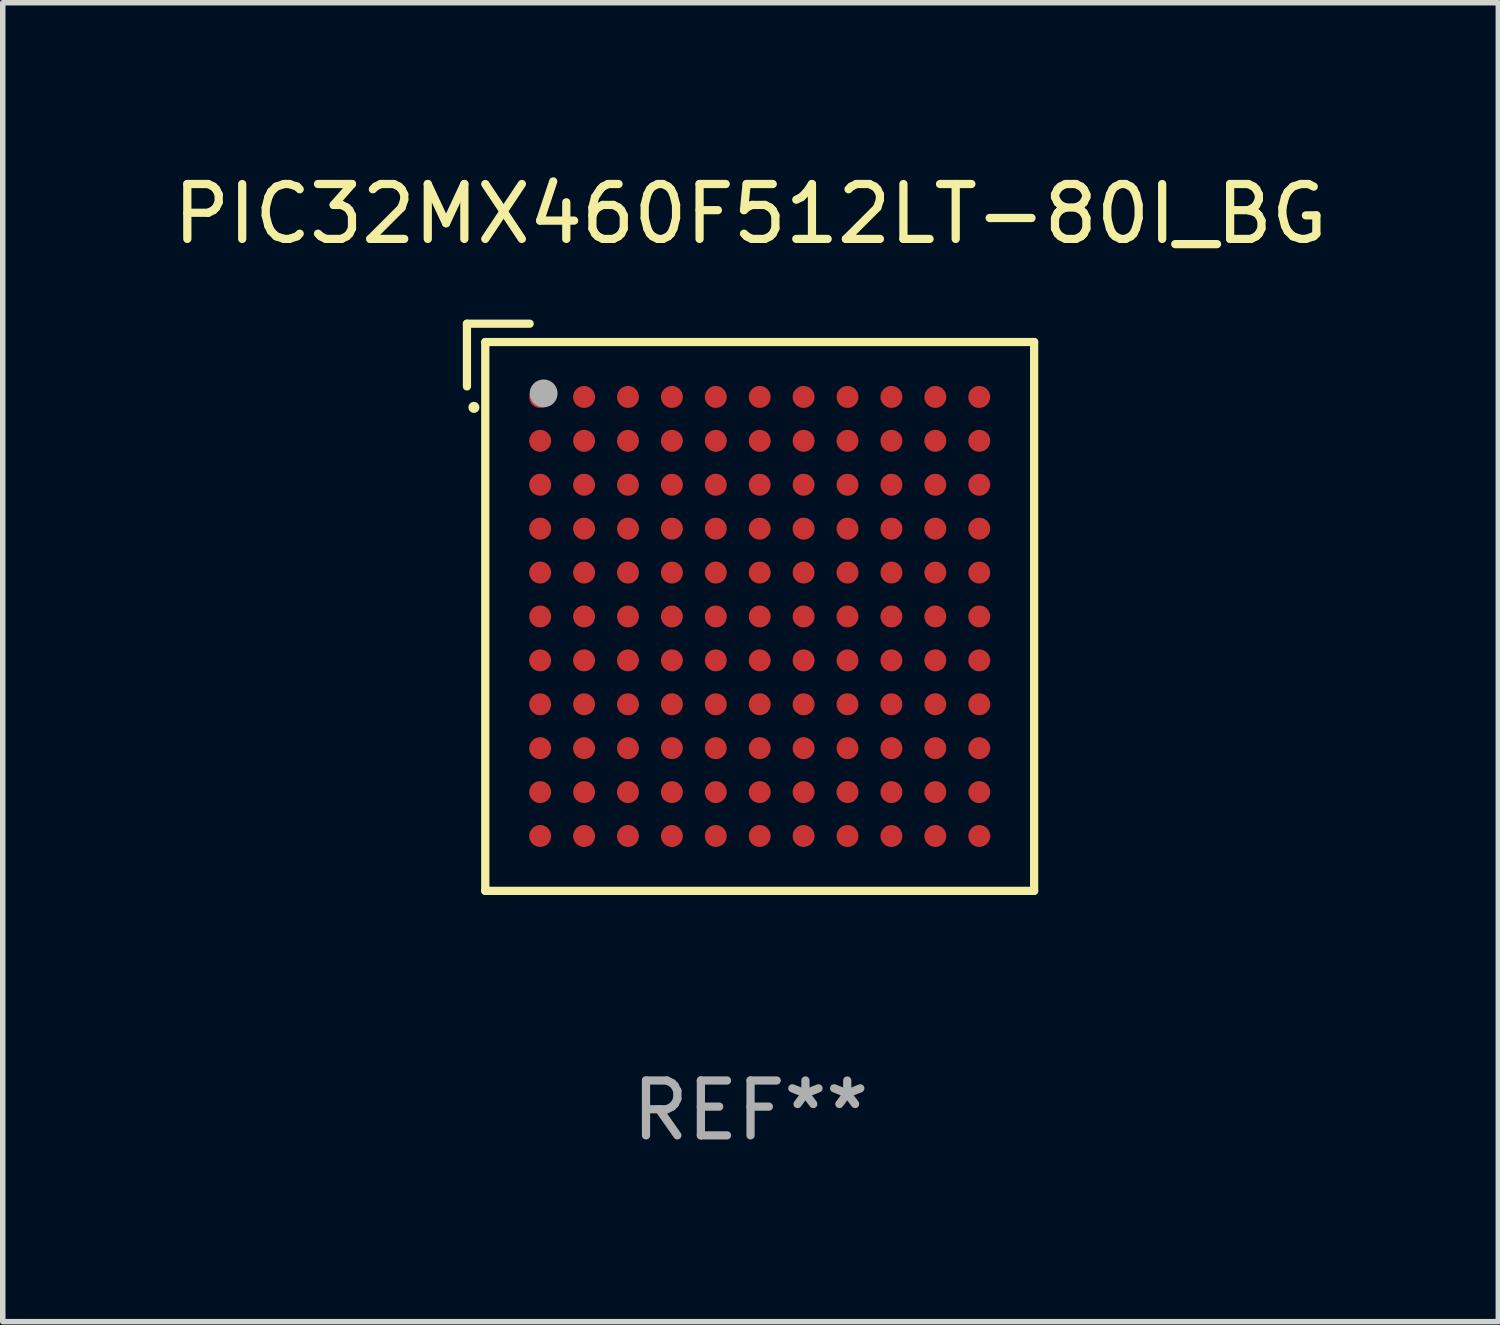
<source format=kicad_pcb>
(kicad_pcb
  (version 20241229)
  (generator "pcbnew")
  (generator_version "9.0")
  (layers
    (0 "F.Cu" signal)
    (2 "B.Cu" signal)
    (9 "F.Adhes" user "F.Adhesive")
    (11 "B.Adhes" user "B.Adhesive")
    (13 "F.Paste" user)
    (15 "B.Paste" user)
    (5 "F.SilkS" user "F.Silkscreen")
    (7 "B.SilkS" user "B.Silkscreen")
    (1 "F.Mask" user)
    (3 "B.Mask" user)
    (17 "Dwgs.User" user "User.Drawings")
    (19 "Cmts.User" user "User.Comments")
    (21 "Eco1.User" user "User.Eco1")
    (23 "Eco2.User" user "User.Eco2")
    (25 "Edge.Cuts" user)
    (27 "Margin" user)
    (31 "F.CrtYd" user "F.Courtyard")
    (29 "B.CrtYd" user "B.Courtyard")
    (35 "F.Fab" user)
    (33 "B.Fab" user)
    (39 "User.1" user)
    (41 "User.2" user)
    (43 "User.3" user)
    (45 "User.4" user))
  (footprint "PIC32MX460F512LT-80I_BG"
    (layer "F.Cu")
    (at 10.625 8.015)
    (property "Reference" "PIC32MX460F512LT-80I_BG" (at 0 -7.167 0) (layer "F.SilkS") (effects (font (size 1 1) (thickness 0.15))))
    (attr through_hole)
    (fp_line (start -5.167 -5.167) (end -5.167 -4.024) (stroke (width 0.15) (type solid)) (layer "F.SilkS"))
    (fp_line (start -4.833 -4.833) (end 5.167 -4.833) (stroke (width 0.15) (type solid)) (layer "F.SilkS"))
    (fp_line (start -4.833 5.167) (end -4.833 -4.833) (stroke (width 0.15) (type solid)) (layer "F.SilkS"))
    (fp_line (start -4.024 -5.167) (end -5.167 -5.167) (stroke (width 0.15) (type solid)) (layer "F.SilkS"))
    (fp_line (start 5.167 -4.833) (end 5.167 5.167) (stroke (width 0.15) (type solid)) (layer "F.SilkS"))
    (fp_line (start 5.167 5.167) (end -4.833 5.167) (stroke (width 0.15) (type solid)) (layer "F.SilkS"))
    (fp_arc (start -5.040005 -3.641732) (mid -5.040007 -3.642367) (end -5.040005 -3.643002) (stroke (width 0.2) (type solid)) (layer "F.SilkS"))
    (fp_circle (center -4.833 -4.833) (end -4.803 -4.833) (stroke (width 0.06) (type solid)) (fill no) (layer "F.SilkS"))
    (fp_circle (center -3.77 -3.897) (end -3.643 -3.897) (stroke (width 0.254) (type solid)) (fill no) (layer "F.Fab"))
    (fp_text user "REF**" (at 0 9.167 0) (layer "F.Fab") (effects (font (size 1 1) (thickness 0.15))))
    (pad "A1" smd circle (at -3.833 -3.833) (size 0.4 0.4) (layers "F.Cu" "F.Mask" "F.Paste"))
    (pad "A2" smd circle (at -3.033 -3.833) (size 0.4 0.4) (layers "F.Cu" "F.Mask" "F.Paste"))
    (pad "A3" smd circle (at -2.233 -3.833) (size 0.4 0.4) (layers "F.Cu" "F.Mask" "F.Paste"))
    (pad "A4" smd circle (at -1.433 -3.833) (size 0.4 0.4) (layers "F.Cu" "F.Mask" "F.Paste"))
    (pad "A5" smd circle (at -0.633 -3.833) (size 0.4 0.4) (layers "F.Cu" "F.Mask" "F.Paste"))
    (pad "A6" smd circle (at 0.167 -3.833) (size 0.4 0.4) (layers "F.Cu" "F.Mask" "F.Paste"))
    (pad "A7" smd circle (at 0.967 -3.833) (size 0.4 0.4) (layers "F.Cu" "F.Mask" "F.Paste"))
    (pad "A8" smd circle (at 1.767 -3.833) (size 0.4 0.4) (layers "F.Cu" "F.Mask" "F.Paste"))
    (pad "A9" smd circle (at 2.567 -3.833) (size 0.4 0.4) (layers "F.Cu" "F.Mask" "F.Paste"))
    (pad "A10" smd circle (at 3.367 -3.833) (size 0.4 0.4) (layers "F.Cu" "F.Mask" "F.Paste"))
    (pad "A11" smd circle (at 4.167 -3.833) (size 0.4 0.4) (layers "F.Cu" "F.Mask" "F.Paste"))
    (pad "B1" smd circle (at -3.833 -3.033) (size 0.4 0.4) (layers "F.Cu" "F.Mask" "F.Paste"))
    (pad "B2" smd circle (at -3.033 -3.033) (size 0.4 0.4) (layers "F.Cu" "F.Mask" "F.Paste"))
    (pad "B3" smd circle (at -2.233 -3.033) (size 0.4 0.4) (layers "F.Cu" "F.Mask" "F.Paste"))
    (pad "B4" smd circle (at -1.433 -3.033) (size 0.4 0.4) (layers "F.Cu" "F.Mask" "F.Paste"))
    (pad "B5" smd circle (at -0.633 -3.033) (size 0.4 0.4) (layers "F.Cu" "F.Mask" "F.Paste"))
    (pad "B6" smd circle (at 0.167 -3.033) (size 0.4 0.4) (layers "F.Cu" "F.Mask" "F.Paste"))
    (pad "B7" smd circle (at 0.967 -3.033) (size 0.4 0.4) (layers "F.Cu" "F.Mask" "F.Paste"))
    (pad "B8" smd circle (at 1.767 -3.033) (size 0.4 0.4) (layers "F.Cu" "F.Mask" "F.Paste"))
    (pad "B9" smd circle (at 2.567 -3.033) (size 0.4 0.4) (layers "F.Cu" "F.Mask" "F.Paste"))
    (pad "B10" smd circle (at 3.367 -3.033) (size 0.4 0.4) (layers "F.Cu" "F.Mask" "F.Paste"))
    (pad "B11" smd circle (at 4.167 -3.033) (size 0.4 0.4) (layers "F.Cu" "F.Mask" "F.Paste"))
    (pad "C1" smd circle (at -3.833 -2.233) (size 0.4 0.4) (layers "F.Cu" "F.Mask" "F.Paste"))
    (pad "C2" smd circle (at -3.033 -2.233) (size 0.4 0.4) (layers "F.Cu" "F.Mask" "F.Paste"))
    (pad "C3" smd circle (at -2.233 -2.233) (size 0.4 0.4) (layers "F.Cu" "F.Mask" "F.Paste"))
    (pad "C4" smd circle (at -1.433 -2.233) (size 0.4 0.4) (layers "F.Cu" "F.Mask" "F.Paste"))
    (pad "C5" smd circle (at -0.633 -2.233) (size 0.4 0.4) (layers "F.Cu" "F.Mask" "F.Paste"))
    (pad "C6" smd circle (at 0.167 -2.233) (size 0.4 0.4) (layers "F.Cu" "F.Mask" "F.Paste"))
    (pad "C7" smd circle (at 0.967 -2.233) (size 0.4 0.4) (layers "F.Cu" "F.Mask" "F.Paste"))
    (pad "C8" smd circle (at 1.767 -2.233) (size 0.4 0.4) (layers "F.Cu" "F.Mask" "F.Paste"))
    (pad "C9" smd circle (at 2.567 -2.233) (size 0.4 0.4) (layers "F.Cu" "F.Mask" "F.Paste"))
    (pad "C10" smd circle (at 3.367 -2.233) (size 0.4 0.4) (layers "F.Cu" "F.Mask" "F.Paste"))
    (pad "C11" smd circle (at 4.167 -2.233) (size 0.4 0.4) (layers "F.Cu" "F.Mask" "F.Paste"))
    (pad "D1" smd circle (at -3.833 -1.433) (size 0.4 0.4) (layers "F.Cu" "F.Mask" "F.Paste"))
    (pad "D2" smd circle (at -3.033 -1.433) (size 0.4 0.4) (layers "F.Cu" "F.Mask" "F.Paste"))
    (pad "D3" smd circle (at -2.233 -1.433) (size 0.4 0.4) (layers "F.Cu" "F.Mask" "F.Paste"))
    (pad "D4" smd circle (at -1.433 -1.433) (size 0.4 0.4) (layers "F.Cu" "F.Mask" "F.Paste"))
    (pad "D5" smd circle (at -0.633 -1.433) (size 0.4 0.4) (layers "F.Cu" "F.Mask" "F.Paste"))
    (pad "D6" smd circle (at 0.167 -1.433) (size 0.4 0.4) (layers "F.Cu" "F.Mask" "F.Paste"))
    (pad "D7" smd circle (at 0.967 -1.433) (size 0.4 0.4) (layers "F.Cu" "F.Mask" "F.Paste"))
    (pad "D8" smd circle (at 1.767 -1.433) (size 0.4 0.4) (layers "F.Cu" "F.Mask" "F.Paste"))
    (pad "D9" smd circle (at 2.567 -1.433) (size 0.4 0.4) (layers "F.Cu" "F.Mask" "F.Paste"))
    (pad "D10" smd circle (at 3.367 -1.433) (size 0.4 0.4) (layers "F.Cu" "F.Mask" "F.Paste"))
    (pad "D11" smd circle (at 4.167 -1.433) (size 0.4 0.4) (layers "F.Cu" "F.Mask" "F.Paste"))
    (pad "E1" smd circle (at -3.833 -0.633) (size 0.4 0.4) (layers "F.Cu" "F.Mask" "F.Paste"))
    (pad "E2" smd circle (at -3.033 -0.633) (size 0.4 0.4) (layers "F.Cu" "F.Mask" "F.Paste"))
    (pad "E3" smd circle (at -2.233 -0.633) (size 0.4 0.4) (layers "F.Cu" "F.Mask" "F.Paste"))
    (pad "E4" smd circle (at -1.433 -0.633) (size 0.4 0.4) (layers "F.Cu" "F.Mask" "F.Paste"))
    (pad "E5" smd circle (at -0.633 -0.633) (size 0.4 0.4) (layers "F.Cu" "F.Mask" "F.Paste"))
    (pad "E6" smd circle (at 0.167 -0.633) (size 0.4 0.4) (layers "F.Cu" "F.Mask" "F.Paste"))
    (pad "E7" smd circle (at 0.967 -0.633) (size 0.4 0.4) (layers "F.Cu" "F.Mask" "F.Paste"))
    (pad "E8" smd circle (at 1.767 -0.633) (size 0.4 0.4) (layers "F.Cu" "F.Mask" "F.Paste"))
    (pad "E9" smd circle (at 2.567 -0.633) (size 0.4 0.4) (layers "F.Cu" "F.Mask" "F.Paste"))
    (pad "E10" smd circle (at 3.367 -0.633) (size 0.4 0.4) (layers "F.Cu" "F.Mask" "F.Paste"))
    (pad "E11" smd circle (at 4.167 -0.633) (size 0.4 0.4) (layers "F.Cu" "F.Mask" "F.Paste"))
    (pad "F1" smd circle (at -3.833 0.167) (size 0.4 0.4) (layers "F.Cu" "F.Mask" "F.Paste"))
    (pad "F2" smd circle (at -3.033 0.167) (size 0.4 0.4) (layers "F.Cu" "F.Mask" "F.Paste"))
    (pad "F3" smd circle (at -2.233 0.167) (size 0.4 0.4) (layers "F.Cu" "F.Mask" "F.Paste"))
    (pad "F4" smd circle (at -1.433 0.167) (size 0.4 0.4) (layers "F.Cu" "F.Mask" "F.Paste"))
    (pad "F5" smd circle (at -0.633 0.167) (size 0.4 0.4) (layers "F.Cu" "F.Mask" "F.Paste"))
    (pad "F6" smd circle (at 0.167 0.167) (size 0.4 0.4) (layers "F.Cu" "F.Mask" "F.Paste"))
    (pad "F7" smd circle (at 0.967 0.167) (size 0.4 0.4) (layers "F.Cu" "F.Mask" "F.Paste"))
    (pad "F8" smd circle (at 1.767 0.167) (size 0.4 0.4) (layers "F.Cu" "F.Mask" "F.Paste"))
    (pad "F9" smd circle (at 2.567 0.167) (size 0.4 0.4) (layers "F.Cu" "F.Mask" "F.Paste"))
    (pad "F10" smd circle (at 3.367 0.167) (size 0.4 0.4) (layers "F.Cu" "F.Mask" "F.Paste"))
    (pad "F11" smd circle (at 4.167 0.167) (size 0.4 0.4) (layers "F.Cu" "F.Mask" "F.Paste"))
    (pad "G1" smd circle (at -3.833 0.967) (size 0.4 0.4) (layers "F.Cu" "F.Mask" "F.Paste"))
    (pad "G2" smd circle (at -3.033 0.967) (size 0.4 0.4) (layers "F.Cu" "F.Mask" "F.Paste"))
    (pad "G3" smd circle (at -2.233 0.967) (size 0.4 0.4) (layers "F.Cu" "F.Mask" "F.Paste"))
    (pad "G4" smd circle (at -1.433 0.967) (size 0.4 0.4) (layers "F.Cu" "F.Mask" "F.Paste"))
    (pad "G5" smd circle (at -0.633 0.967) (size 0.4 0.4) (layers "F.Cu" "F.Mask" "F.Paste"))
    (pad "G6" smd circle (at 0.167 0.967) (size 0.4 0.4) (layers "F.Cu" "F.Mask" "F.Paste"))
    (pad "G7" smd circle (at 0.967 0.967) (size 0.4 0.4) (layers "F.Cu" "F.Mask" "F.Paste"))
    (pad "G8" smd circle (at 1.767 0.967) (size 0.4 0.4) (layers "F.Cu" "F.Mask" "F.Paste"))
    (pad "G9" smd circle (at 2.567 0.967) (size 0.4 0.4) (layers "F.Cu" "F.Mask" "F.Paste"))
    (pad "G10" smd circle (at 3.367 0.967) (size 0.4 0.4) (layers "F.Cu" "F.Mask" "F.Paste"))
    (pad "G11" smd circle (at 4.167 0.967) (size 0.4 0.4) (layers "F.Cu" "F.Mask" "F.Paste"))
    (pad "H1" smd circle (at -3.833 1.767) (size 0.4 0.4) (layers "F.Cu" "F.Mask" "F.Paste"))
    (pad "H2" smd circle (at -3.033 1.767) (size 0.4 0.4) (layers "F.Cu" "F.Mask" "F.Paste"))
    (pad "H3" smd circle (at -2.233 1.767) (size 0.4 0.4) (layers "F.Cu" "F.Mask" "F.Paste"))
    (pad "H4" smd circle (at -1.433 1.767) (size 0.4 0.4) (layers "F.Cu" "F.Mask" "F.Paste"))
    (pad "H5" smd circle (at -0.633 1.767) (size 0.4 0.4) (layers "F.Cu" "F.Mask" "F.Paste"))
    (pad "H6" smd circle (at 0.167 1.767) (size 0.4 0.4) (layers "F.Cu" "F.Mask" "F.Paste"))
    (pad "H7" smd circle (at 0.967 1.767) (size 0.4 0.4) (layers "F.Cu" "F.Mask" "F.Paste"))
    (pad "H8" smd circle (at 1.767 1.767) (size 0.4 0.4) (layers "F.Cu" "F.Mask" "F.Paste"))
    (pad "H9" smd circle (at 2.567 1.767) (size 0.4 0.4) (layers "F.Cu" "F.Mask" "F.Paste"))
    (pad "H10" smd circle (at 3.367 1.767) (size 0.4 0.4) (layers "F.Cu" "F.Mask" "F.Paste"))
    (pad "H11" smd circle (at 4.167 1.767) (size 0.4 0.4) (layers "F.Cu" "F.Mask" "F.Paste"))
    (pad "J1" smd circle (at -3.833 2.567) (size 0.4 0.4) (layers "F.Cu" "F.Mask" "F.Paste"))
    (pad "J2" smd circle (at -3.033 2.567) (size 0.4 0.4) (layers "F.Cu" "F.Mask" "F.Paste"))
    (pad "J3" smd circle (at -2.233 2.567) (size 0.4 0.4) (layers "F.Cu" "F.Mask" "F.Paste"))
    (pad "J4" smd circle (at -1.433 2.567) (size 0.4 0.4) (layers "F.Cu" "F.Mask" "F.Paste"))
    (pad "J5" smd circle (at -0.633 2.567) (size 0.4 0.4) (layers "F.Cu" "F.Mask" "F.Paste"))
    (pad "J6" smd circle (at 0.167 2.567) (size 0.4 0.4) (layers "F.Cu" "F.Mask" "F.Paste"))
    (pad "J7" smd circle (at 0.967 2.567) (size 0.4 0.4) (layers "F.Cu" "F.Mask" "F.Paste"))
    (pad "J8" smd circle (at 1.767 2.567) (size 0.4 0.4) (layers "F.Cu" "F.Mask" "F.Paste"))
    (pad "J9" smd circle (at 2.567 2.567) (size 0.4 0.4) (layers "F.Cu" "F.Mask" "F.Paste"))
    (pad "J10" smd circle (at 3.367 2.567) (size 0.4 0.4) (layers "F.Cu" "F.Mask" "F.Paste"))
    (pad "J11" smd circle (at 4.167 2.567) (size 0.4 0.4) (layers "F.Cu" "F.Mask" "F.Paste"))
    (pad "K1" smd circle (at -3.833 3.367) (size 0.4 0.4) (layers "F.Cu" "F.Mask" "F.Paste"))
    (pad "K2" smd circle (at -3.033 3.367) (size 0.4 0.4) (layers "F.Cu" "F.Mask" "F.Paste"))
    (pad "K3" smd circle (at -2.233 3.367) (size 0.4 0.4) (layers "F.Cu" "F.Mask" "F.Paste"))
    (pad "K4" smd circle (at -1.433 3.367) (size 0.4 0.4) (layers "F.Cu" "F.Mask" "F.Paste"))
    (pad "K5" smd circle (at -0.633 3.367) (size 0.4 0.4) (layers "F.Cu" "F.Mask" "F.Paste"))
    (pad "K6" smd circle (at 0.167 3.367) (size 0.4 0.4) (layers "F.Cu" "F.Mask" "F.Paste"))
    (pad "K7" smd circle (at 0.967 3.367) (size 0.4 0.4) (layers "F.Cu" "F.Mask" "F.Paste"))
    (pad "K8" smd circle (at 1.767 3.367) (size 0.4 0.4) (layers "F.Cu" "F.Mask" "F.Paste"))
    (pad "K9" smd circle (at 2.567 3.367) (size 0.4 0.4) (layers "F.Cu" "F.Mask" "F.Paste"))
    (pad "K10" smd circle (at 3.367 3.367) (size 0.4 0.4) (layers "F.Cu" "F.Mask" "F.Paste"))
    (pad "K11" smd circle (at 4.167 3.367) (size 0.4 0.4) (layers "F.Cu" "F.Mask" "F.Paste"))
    (pad "L1" smd circle (at -3.833 4.167) (size 0.4 0.4) (layers "F.Cu" "F.Mask" "F.Paste"))
    (pad "L2" smd circle (at -3.033 4.167) (size 0.4 0.4) (layers "F.Cu" "F.Mask" "F.Paste"))
    (pad "L3" smd circle (at -2.233 4.167) (size 0.4 0.4) (layers "F.Cu" "F.Mask" "F.Paste"))
    (pad "L4" smd circle (at -1.433 4.167) (size 0.4 0.4) (layers "F.Cu" "F.Mask" "F.Paste"))
    (pad "L5" smd circle (at -0.633 4.167) (size 0.4 0.4) (layers "F.Cu" "F.Mask" "F.Paste"))
    (pad "L6" smd circle (at 0.167 4.167) (size 0.4 0.4) (layers "F.Cu" "F.Mask" "F.Paste"))
    (pad "L7" smd circle (at 0.967 4.167) (size 0.4 0.4) (layers "F.Cu" "F.Mask" "F.Paste"))
    (pad "L8" smd circle (at 1.767 4.167) (size 0.4 0.4) (layers "F.Cu" "F.Mask" "F.Paste"))
    (pad "L9" smd circle (at 2.567 4.167) (size 0.4 0.4) (layers "F.Cu" "F.Mask" "F.Paste"))
    (pad "L10" smd circle (at 3.367 4.167) (size 0.4 0.4) (layers "F.Cu" "F.Mask" "F.Paste"))
    (pad "L11" smd circle (at 4.167 4.167) (size 0.4 0.4) (layers "F.Cu" "F.Mask" "F.Paste")))
  (gr_rect
    (start -3 -3)
    (end 24.25 21.031)
    (stroke (width 0.1) (type default))
    (fill no)
    (layer "Edge.Cuts")))
</source>
